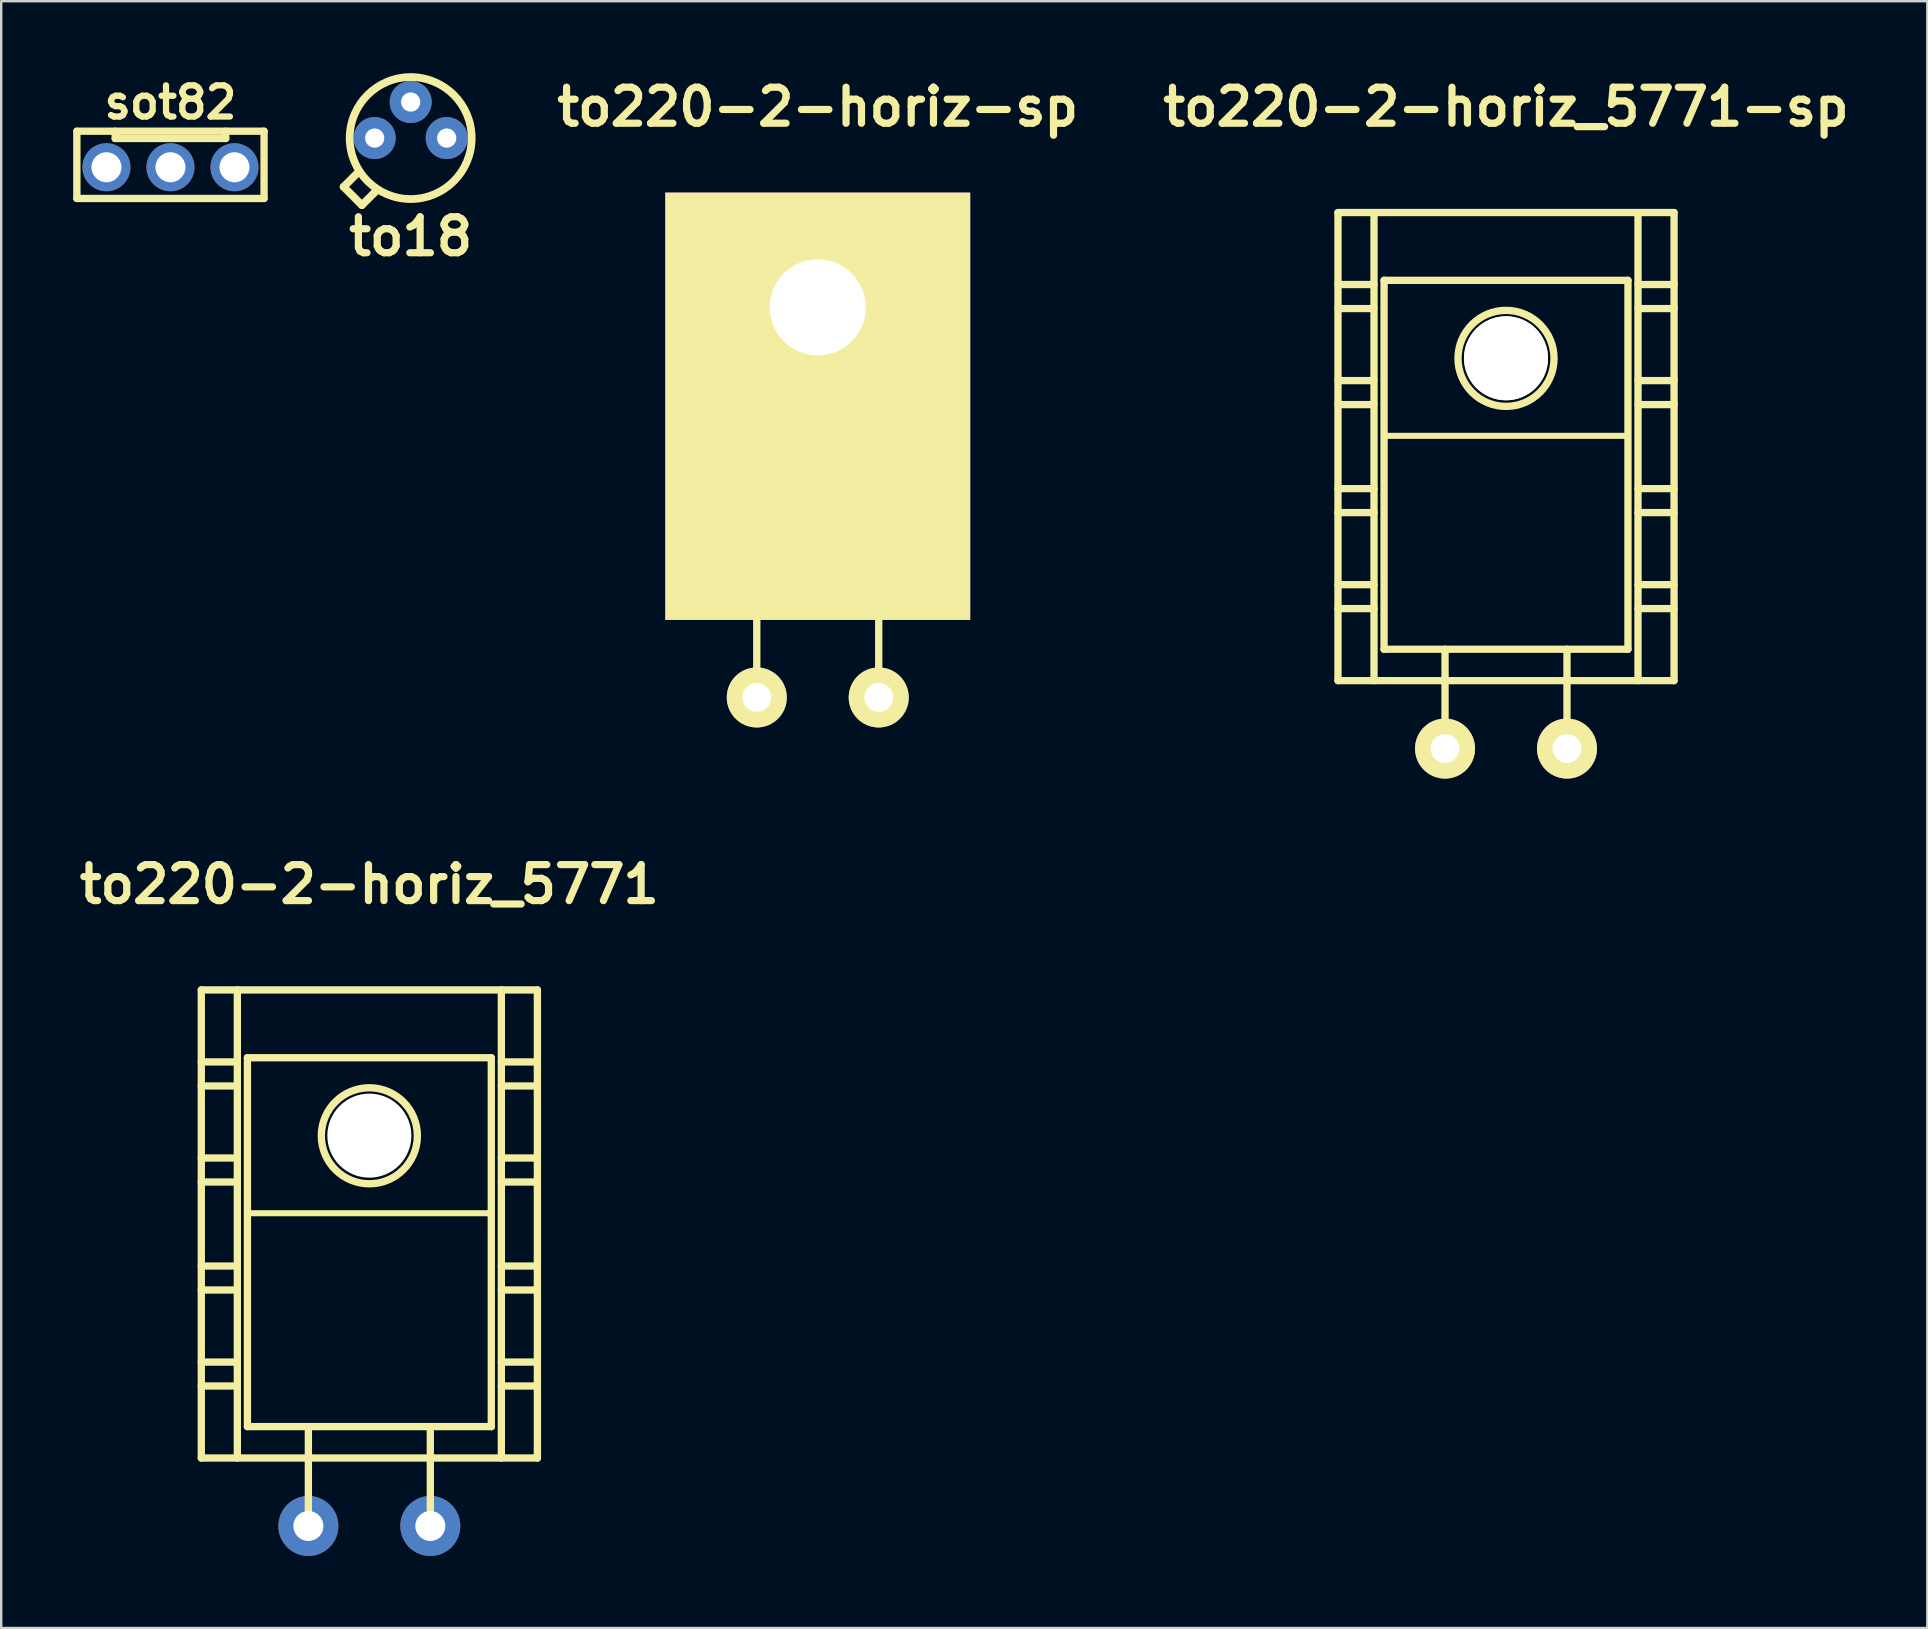
<source format=kicad_pcb>
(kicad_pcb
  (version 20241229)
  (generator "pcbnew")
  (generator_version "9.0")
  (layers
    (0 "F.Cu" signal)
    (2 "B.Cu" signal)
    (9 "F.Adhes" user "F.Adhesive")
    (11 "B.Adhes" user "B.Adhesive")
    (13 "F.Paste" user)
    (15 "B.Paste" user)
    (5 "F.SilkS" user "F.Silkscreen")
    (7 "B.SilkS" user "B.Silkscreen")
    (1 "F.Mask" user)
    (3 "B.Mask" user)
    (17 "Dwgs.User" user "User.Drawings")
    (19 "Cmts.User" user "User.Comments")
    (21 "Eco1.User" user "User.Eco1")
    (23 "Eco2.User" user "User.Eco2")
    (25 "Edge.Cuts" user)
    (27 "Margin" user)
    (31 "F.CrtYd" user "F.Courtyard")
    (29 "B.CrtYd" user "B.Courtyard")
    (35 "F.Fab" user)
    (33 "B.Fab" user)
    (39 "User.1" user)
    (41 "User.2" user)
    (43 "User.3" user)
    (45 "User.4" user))
  (footprint "to220-2-horiz_5771-sp"
    (layer "F.Cu")
    (at 59.686 19.804)
    (property "Reference" "to220-2-horiz_5771-sp" (at 0 -18.4 0) (layer "F.SilkS") (effects (font (size 1.5 1.5) (thickness 0.3))))
    (attr through_hole)
    (fp_line (start -7 -14) (end -7 5.499) (stroke (width 0.305) (type solid)) (layer "F.SilkS"))
    (fp_line (start -7 -11.001) (end -5.499 -11.001) (stroke (width 0.305) (type solid)) (layer "F.SilkS"))
    (fp_line (start -7 -10) (end -5.499 -10) (stroke (width 0.305) (type solid)) (layer "F.SilkS"))
    (fp_line (start -7 -7) (end -5.499 -7) (stroke (width 0.305) (type solid)) (layer "F.SilkS"))
    (fp_line (start -7 -5.999) (end -5.499 -5.999) (stroke (width 0.305) (type solid)) (layer "F.SilkS"))
    (fp_line (start -7 -2.499) (end -5.499 -2.499) (stroke (width 0.305) (type solid)) (layer "F.SilkS"))
    (fp_line (start -7 -1.501) (end -5.499 -1.501) (stroke (width 0.305) (type solid)) (layer "F.SilkS"))
    (fp_line (start -7 1.501) (end -5.499 1.501) (stroke (width 0.305) (type solid)) (layer "F.SilkS"))
    (fp_line (start -7 2.499) (end -5.499 2.499) (stroke (width 0.305) (type solid)) (layer "F.SilkS"))
    (fp_line (start -7 5.499) (end 7 5.499) (stroke (width 0.305) (type solid)) (layer "F.SilkS"))
    (fp_line (start -5.499 5.499) (end -5.499 -14) (stroke (width 0.305) (type solid)) (layer "F.SilkS"))
    (fp_line (start -5.08 -11.176) (end -5.08 4.191) (stroke (width 0.305) (type solid)) (layer "F.SilkS"))
    (fp_line (start -5.08 4.191) (end 5.08 4.191) (stroke (width 0.305) (type solid)) (layer "F.SilkS"))
    (fp_line (start -2.54 8.382) (end -2.54 4.191) (stroke (width 0.305) (type solid)) (layer "F.SilkS"))
    (fp_line (start 2.54 8.382) (end 2.54 4.191) (stroke (width 0.305) (type solid)) (layer "F.SilkS"))
    (fp_line (start 5.08 -11.176) (end -5.08 -11.176) (stroke (width 0.305) (type solid)) (layer "F.SilkS"))
    (fp_line (start 5.08 -4.699) (end -5.08 -4.699) (stroke (width 0.254) (type solid)) (layer "F.SilkS"))
    (fp_line (start 5.08 4.191) (end 5.08 -11.176) (stroke (width 0.305) (type solid)) (layer "F.SilkS"))
    (fp_line (start 5.499 -14) (end 5.499 5.499) (stroke (width 0.305) (type solid)) (layer "F.SilkS"))
    (fp_line (start 5.499 -11.001) (end 7 -11.001) (stroke (width 0.305) (type solid)) (layer "F.SilkS"))
    (fp_line (start 5.499 -10) (end 7 -10) (stroke (width 0.305) (type solid)) (layer "F.SilkS"))
    (fp_line (start 5.499 -7) (end 7 -7) (stroke (width 0.305) (type solid)) (layer "F.SilkS"))
    (fp_line (start 5.499 -5.999) (end 7 -5.999) (stroke (width 0.305) (type solid)) (layer "F.SilkS"))
    (fp_line (start 5.499 -2.499) (end 7 -2.499) (stroke (width 0.305) (type solid)) (layer "F.SilkS"))
    (fp_line (start 5.499 -1.501) (end 7 -1.501) (stroke (width 0.305) (type solid)) (layer "F.SilkS"))
    (fp_line (start 5.499 1.501) (end 7 1.501) (stroke (width 0.305) (type solid)) (layer "F.SilkS"))
    (fp_line (start 5.499 2.499) (end 7 2.499) (stroke (width 0.305) (type solid)) (layer "F.SilkS"))
    (fp_line (start 7 -14) (end -7 -14) (stroke (width 0.305) (type solid)) (layer "F.SilkS"))
    (fp_line (start 7 5.499) (end 7 -14) (stroke (width 0.305) (type solid)) (layer "F.SilkS"))
    (fp_circle (center 0 -7.925) (end -1.999 -8.001) (stroke (width 0.305) (type solid)) (fill no) (layer "F.SilkS"))
    (pad "" np_thru_hole circle (at 0 -7.93) (size 3.5 3.5) (drill 3.5) (layers "*.Cu" "*.Mask" "F.SilkS"))
    (pad "1" thru_hole circle (at -2.54 8.33) (size 2.5 2.5) (drill 1.2) (layers "*.Cu" "*.Mask" "F.SilkS"))
    (pad "2" thru_hole circle (at 2.54 8.33) (size 2.5 2.5) (drill 1.2) (layers "*.Cu" "*.Mask" "F.SilkS")))
  (footprint "sot82"
    (layer "F.Cu")
    (at 4.051 3.917)
    (property "Reference" "sot82" (at 0 -2.7 0) (layer "F.SilkS") (effects (font (size 1.3 1.3) (thickness 0.26))))
    (attr through_hole)
    (fp_line (start -3.899 -1.501) (end -3.899 1.3) (stroke (width 0.305) (type solid)) (layer "F.SilkS"))
    (fp_line (start -3.899 1.3) (end 3.899 1.3) (stroke (width 0.305) (type solid)) (layer "F.SilkS"))
    (fp_line (start -2.301 -1.501) (end -2.301 -1.199) (stroke (width 0.305) (type solid)) (layer "F.SilkS"))
    (fp_line (start -2.301 -1.199) (end 2.301 -1.199) (stroke (width 0.305) (type solid)) (layer "F.SilkS"))
    (fp_line (start 2.301 -1.199) (end 2.301 -1.501) (stroke (width 0.305) (type solid)) (layer "F.SilkS"))
    (fp_line (start 3.899 -1.501) (end -3.899 -1.501) (stroke (width 0.305) (type solid)) (layer "F.SilkS"))
    (fp_line (start 3.899 1.3) (end 3.899 -1.501) (stroke (width 0.305) (type solid)) (layer "F.SilkS"))
    (pad "1" thru_hole circle (at 2.667 0) (size 2 2) (drill 1.25) (layers "*.Cu" "*.Mask"))
    (pad "2" thru_hole circle (at 0 0) (size 2 2) (drill 1.25) (layers "*.Cu" "*.Mask"))
    (pad "3" thru_hole circle (at -2.667 0) (size 2 2) (drill 1.25) (layers "*.Cu" "*.Mask")))
  (footprint "to18"
    (layer "F.Cu")
    (at 14.058 2.701)
    (property "Reference" "to18" (at 0 4.1 0) (layer "F.SilkS") (effects (font (size 1.5 1.5) (thickness 0.3))))
    (attr through_hole)
    (fp_line (start -2.794 2.032) (end -2.032 2.794) (stroke (width 0.323) (type solid)) (layer "F.SilkS"))
    (fp_line (start -2.159 1.397) (end -2.794 2.032) (stroke (width 0.323) (type solid)) (layer "F.SilkS"))
    (fp_line (start -2.032 2.794) (end -1.397 2.159) (stroke (width 0.323) (type solid)) (layer "F.SilkS"))
    (fp_circle (center 0 0) (end -2.54 0) (stroke (width 0.323) (type solid)) (fill no) (layer "F.SilkS"))
    (pad "1" thru_hole circle (at 1.5 0) (size 1.75 1.75) (drill 0.8) (layers "*.Cu" "*.Mask"))
    (pad "2" thru_hole circle (at 0 -1.5) (size 1.75 1.75) (drill 0.8) (layers "*.Cu" "*.Mask"))
    (pad "3" thru_hole circle (at -1.5 0) (size 1.75 1.75) (drill 0.8) (layers "*.Cu" "*.Mask")))
  (footprint "to220-2-horiz-sp"
    (layer "F.Cu")
    (at 31.015 16.404)
    (property "Reference" "to220-2-horiz-sp" (at 0 -15 0) (layer "F.SilkS") (effects (font (size 1.5 1.5) (thickness 0.3))))
    (attr through_hole)
    (fp_line (start -5.08 -9.906) (end -5.08 5.461) (stroke (width 0.305) (type solid)) (layer "F.SilkS"))
    (fp_line (start -5.08 5.461) (end 5.08 5.461) (stroke (width 0.305) (type solid)) (layer "F.SilkS"))
    (fp_line (start -2.54 9.652) (end -2.54 5.461) (stroke (width 0.305) (type solid)) (layer "F.SilkS"))
    (fp_line (start 2.54 9.652) (end 2.54 5.461) (stroke (width 0.305) (type solid)) (layer "F.SilkS"))
    (fp_line (start 5.08 -9.906) (end -5.08 -9.906) (stroke (width 0.305) (type solid)) (layer "F.SilkS"))
    (fp_line (start 5.08 -3.429) (end -5.08 -3.429) (stroke (width 0.254) (type solid)) (layer "F.SilkS"))
    (fp_line (start 5.08 5.461) (end 5.08 -9.906) (stroke (width 0.305) (type solid)) (layer "F.SilkS"))
    (pad "1" thru_hole circle (at -2.54 9.6) (size 2.5 2.5) (drill 1.2) (layers "*.Cu" "*.Mask" "F.SilkS"))
    (pad "2" thru_hole circle (at 2.54 9.6) (size 2.5 2.5) (drill 1.2) (layers "*.Cu" "*.Mask" "F.SilkS"))
    (pad "3" thru_hole rect (at 0 -6.65) (size 12.7 17.8) (drill 4 (offset 0 4.12)) (layers "F.Cu" "F.Mask" "F.SilkS")))
  (footprint "to220-2-horiz_5771"
    (layer "F.Cu")
    (at 12.336 52.188)
    (property "Reference" "to220-2-horiz_5771" (at 0 -18.4 0) (layer "F.SilkS") (effects (font (size 1.5 1.5) (thickness 0.3))))
    (attr through_hole)
    (fp_line (start -7 -14) (end -7 5.499) (stroke (width 0.305) (type solid)) (layer "F.SilkS"))
    (fp_line (start -7 -11.001) (end -5.499 -11.001) (stroke (width 0.305) (type solid)) (layer "F.SilkS"))
    (fp_line (start -7 -10) (end -5.499 -10) (stroke (width 0.305) (type solid)) (layer "F.SilkS"))
    (fp_line (start -7 -7) (end -5.499 -7) (stroke (width 0.305) (type solid)) (layer "F.SilkS"))
    (fp_line (start -7 -5.999) (end -5.499 -5.999) (stroke (width 0.305) (type solid)) (layer "F.SilkS"))
    (fp_line (start -7 -2.499) (end -5.499 -2.499) (stroke (width 0.305) (type solid)) (layer "F.SilkS"))
    (fp_line (start -7 -1.501) (end -5.499 -1.501) (stroke (width 0.305) (type solid)) (layer "F.SilkS"))
    (fp_line (start -7 1.501) (end -5.499 1.501) (stroke (width 0.305) (type solid)) (layer "F.SilkS"))
    (fp_line (start -7 2.499) (end -5.499 2.499) (stroke (width 0.305) (type solid)) (layer "F.SilkS"))
    (fp_line (start -7 5.499) (end 7 5.499) (stroke (width 0.305) (type solid)) (layer "F.SilkS"))
    (fp_line (start -5.499 5.499) (end -5.499 -14) (stroke (width 0.305) (type solid)) (layer "F.SilkS"))
    (fp_line (start -5.08 -11.176) (end -5.08 4.191) (stroke (width 0.305) (type solid)) (layer "F.SilkS"))
    (fp_line (start -5.08 4.191) (end 5.08 4.191) (stroke (width 0.305) (type solid)) (layer "F.SilkS"))
    (fp_line (start -2.54 8.382) (end -2.54 4.191) (stroke (width 0.305) (type solid)) (layer "F.SilkS"))
    (fp_line (start 2.54 8.382) (end 2.54 4.191) (stroke (width 0.305) (type solid)) (layer "F.SilkS"))
    (fp_line (start 5.08 -11.176) (end -5.08 -11.176) (stroke (width 0.305) (type solid)) (layer "F.SilkS"))
    (fp_line (start 5.08 -4.699) (end -5.08 -4.699) (stroke (width 0.254) (type solid)) (layer "F.SilkS"))
    (fp_line (start 5.08 4.191) (end 5.08 -11.176) (stroke (width 0.305) (type solid)) (layer "F.SilkS"))
    (fp_line (start 5.499 -14) (end 5.499 5.499) (stroke (width 0.305) (type solid)) (layer "F.SilkS"))
    (fp_line (start 5.499 -11.001) (end 7 -11.001) (stroke (width 0.305) (type solid)) (layer "F.SilkS"))
    (fp_line (start 5.499 -10) (end 7 -10) (stroke (width 0.305) (type solid)) (layer "F.SilkS"))
    (fp_line (start 5.499 -7) (end 7 -7) (stroke (width 0.305) (type solid)) (layer "F.SilkS"))
    (fp_line (start 5.499 -5.999) (end 7 -5.999) (stroke (width 0.305) (type solid)) (layer "F.SilkS"))
    (fp_line (start 5.499 -2.499) (end 7 -2.499) (stroke (width 0.305) (type solid)) (layer "F.SilkS"))
    (fp_line (start 5.499 -1.501) (end 7 -1.501) (stroke (width 0.305) (type solid)) (layer "F.SilkS"))
    (fp_line (start 5.499 1.501) (end 7 1.501) (stroke (width 0.305) (type solid)) (layer "F.SilkS"))
    (fp_line (start 5.499 2.499) (end 7 2.499) (stroke (width 0.305) (type solid)) (layer "F.SilkS"))
    (fp_line (start 7 -14) (end -7 -14) (stroke (width 0.305) (type solid)) (layer "F.SilkS"))
    (fp_line (start 7 5.499) (end 7 -14) (stroke (width 0.305) (type solid)) (layer "F.SilkS"))
    (fp_circle (center 0 -7.925) (end -1.999 -8.001) (stroke (width 0.305) (type solid)) (fill no) (layer "F.SilkS"))
    (pad "" np_thru_hole circle (at 0 -7.93) (size 3.5 3.5) (drill 3.5) (layers "*.Cu" "*.Mask"))
    (pad "1" thru_hole circle (at 2.54 8.33) (size 2.5 2.5) (drill 1.25) (layers "*.Cu" "*.Mask"))
    (pad "2" thru_hole circle (at -2.54 8.33) (size 2.5 2.5) (drill 1.25) (layers "*.Cu" "*.Mask")))
  (gr_rect
    (start -3 -3)
    (end 77.236 64.768)
    (stroke (width 0.1) (type default))
    (fill no)
    (layer "Edge.Cuts")))
</source>
